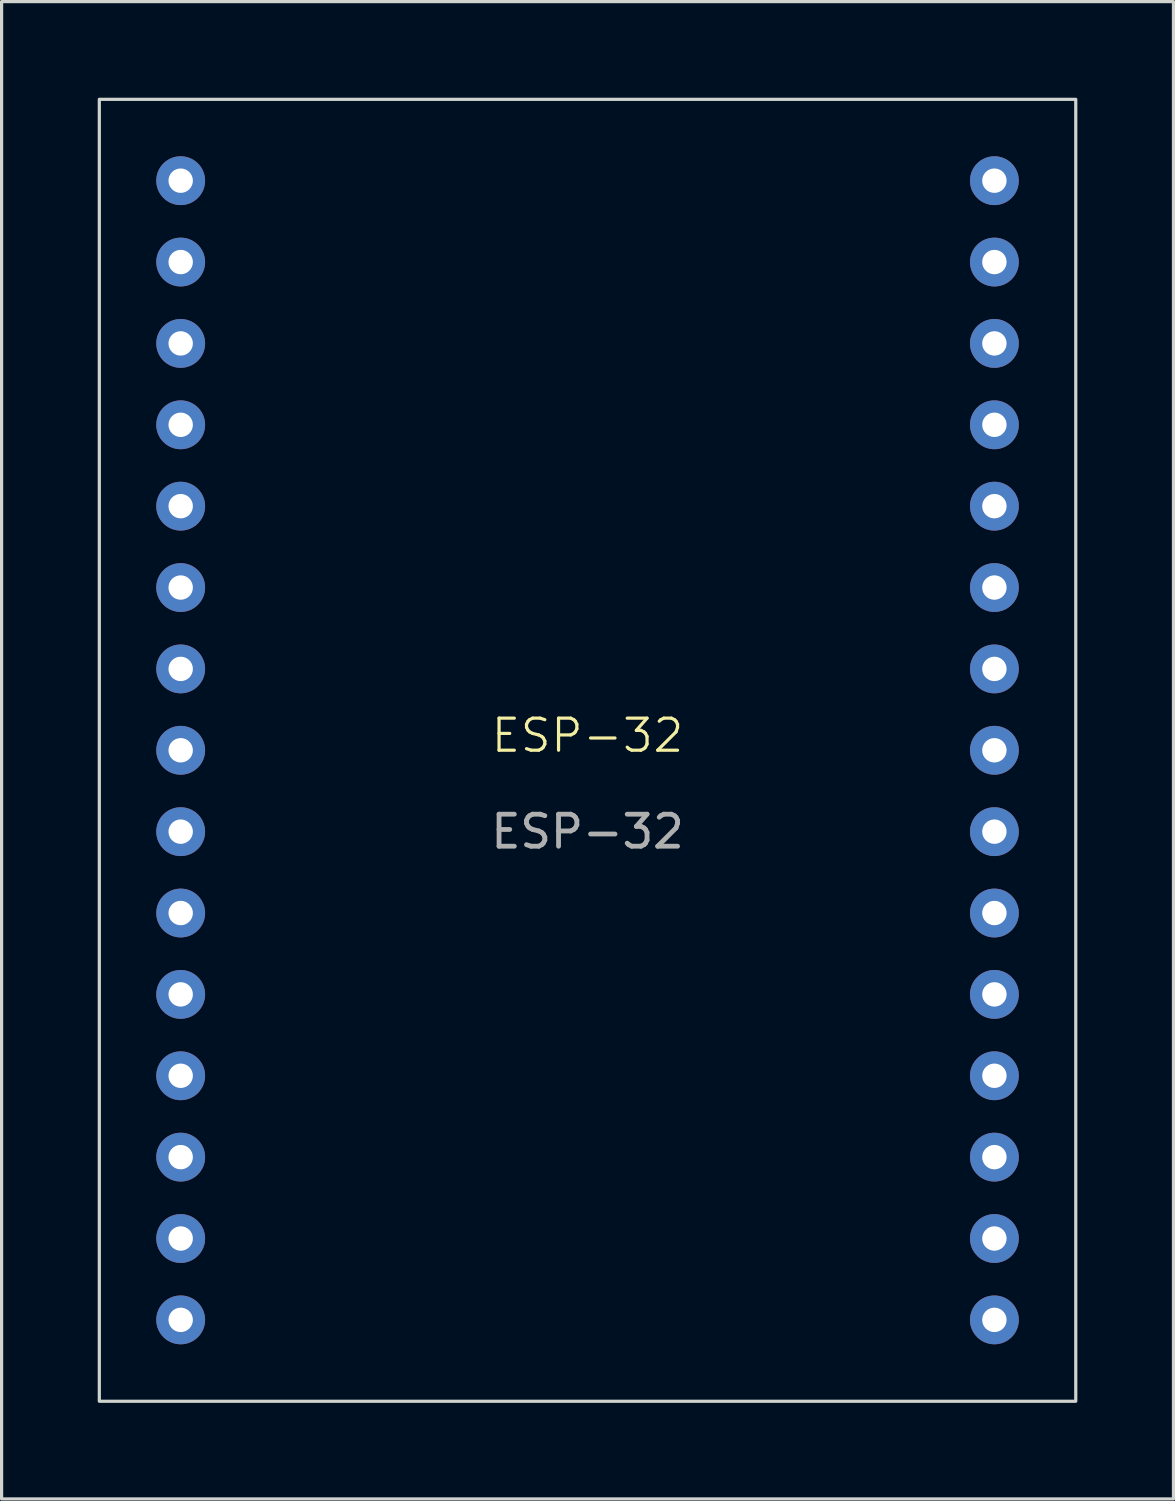
<source format=kicad_pcb>
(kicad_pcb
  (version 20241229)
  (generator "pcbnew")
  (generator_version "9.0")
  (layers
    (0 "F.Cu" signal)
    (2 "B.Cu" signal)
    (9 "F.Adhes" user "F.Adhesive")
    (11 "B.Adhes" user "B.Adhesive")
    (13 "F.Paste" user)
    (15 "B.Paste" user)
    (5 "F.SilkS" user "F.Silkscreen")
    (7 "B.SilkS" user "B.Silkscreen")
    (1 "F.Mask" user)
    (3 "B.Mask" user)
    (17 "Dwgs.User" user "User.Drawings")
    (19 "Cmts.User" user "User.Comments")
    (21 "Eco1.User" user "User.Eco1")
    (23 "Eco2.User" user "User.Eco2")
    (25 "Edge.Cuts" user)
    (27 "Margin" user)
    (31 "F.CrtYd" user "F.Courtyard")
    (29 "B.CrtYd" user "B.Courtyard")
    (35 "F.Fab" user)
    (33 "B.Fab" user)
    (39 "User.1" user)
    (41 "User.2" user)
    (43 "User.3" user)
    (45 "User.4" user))
  (footprint "ESP-32"
    (layer "F.Cu")
    (at 15.29 20.37)
    (property "Reference" "ESP-32" (at 0 -0.46 0) (unlocked yes) (layer "F.SilkS") (effects (font (size 1 1) (thickness 0.1))))
    (attr through_hole)
    (fp_rect (start -15.24 -20.32) (end 15.24 20.32) (stroke (width 0.1) (type default)) (fill no) (layer "Edge.Cuts"))
    (fp_text user "${REFERENCE}" (at 0 2.54 0) (unlocked yes) (layer "F.Fab") (effects (font (size 1 1) (thickness 0.15))))
    (pad "1" thru_hole circle (at -12.7 -17.78) (size 1.524 1.524) (drill 0.762) (layers "*.Cu" "*.Mask"))
    (pad "2" thru_hole circle (at -12.7 -15.24) (size 1.524 1.524) (drill 0.762) (layers "*.Cu" "*.Mask"))
    (pad "3" thru_hole circle (at -12.7 -12.7) (size 1.524 1.524) (drill 0.762) (layers "*.Cu" "*.Mask"))
    (pad "4" thru_hole circle (at -12.7 -10.16) (size 1.524 1.524) (drill 0.762) (layers "*.Cu" "*.Mask"))
    (pad "5" thru_hole circle (at -12.7 -7.62) (size 1.524 1.524) (drill 0.762) (layers "*.Cu" "*.Mask"))
    (pad "6" thru_hole circle (at -12.7 -5.08) (size 1.524 1.524) (drill 0.762) (layers "*.Cu" "*.Mask"))
    (pad "7" thru_hole circle (at -12.7 -2.54) (size 1.524 1.524) (drill 0.762) (layers "*.Cu" "*.Mask"))
    (pad "8" thru_hole circle (at -12.7 0) (size 1.524 1.524) (drill 0.762) (layers "*.Cu" "*.Mask"))
    (pad "9" thru_hole circle (at -12.7 2.54) (size 1.524 1.524) (drill 0.762) (layers "*.Cu" "*.Mask"))
    (pad "10" thru_hole circle (at -12.7 5.08) (size 1.524 1.524) (drill 0.762) (layers "*.Cu" "*.Mask"))
    (pad "11" thru_hole circle (at -12.7 7.62) (size 1.524 1.524) (drill 0.762) (layers "*.Cu" "*.Mask"))
    (pad "12" thru_hole circle (at -12.7 10.16) (size 1.524 1.524) (drill 0.762) (layers "*.Cu" "*.Mask"))
    (pad "13" thru_hole circle (at -12.7 12.7) (size 1.524 1.524) (drill 0.762) (layers "*.Cu" "*.Mask"))
    (pad "14" thru_hole circle (at -12.7 15.24) (size 1.524 1.524) (drill 0.762) (layers "*.Cu" "*.Mask"))
    (pad "15" thru_hole circle (at -12.7 17.78) (size 1.524 1.524) (drill 0.762) (layers "*.Cu" "*.Mask"))
    (pad "16" thru_hole circle (at 12.7 17.78) (size 1.524 1.524) (drill 0.762) (layers "*.Cu" "*.Mask"))
    (pad "17" thru_hole circle (at 12.7 15.24) (size 1.524 1.524) (drill 0.762) (layers "*.Cu" "*.Mask"))
    (pad "18" thru_hole circle (at 12.7 12.7) (size 1.524 1.524) (drill 0.762) (layers "*.Cu" "*.Mask"))
    (pad "19" thru_hole circle (at 12.7 10.16) (size 1.524 1.524) (drill 0.762) (layers "*.Cu" "*.Mask"))
    (pad "20" thru_hole circle (at 12.7 7.62) (size 1.524 1.524) (drill 0.762) (layers "*.Cu" "*.Mask"))
    (pad "21" thru_hole circle (at 12.7 5.08) (size 1.524 1.524) (drill 0.762) (layers "*.Cu" "*.Mask"))
    (pad "22" thru_hole circle (at 12.7 2.54) (size 1.524 1.524) (drill 0.762) (layers "*.Cu" "*.Mask"))
    (pad "23" thru_hole circle (at 12.7 0) (size 1.524 1.524) (drill 0.762) (layers "*.Cu" "*.Mask"))
    (pad "24" thru_hole circle (at 12.7 -2.54) (size 1.524 1.524) (drill 0.762) (layers "*.Cu" "*.Mask"))
    (pad "25" thru_hole circle (at 12.7 -5.08) (size 1.524 1.524) (drill 0.762) (layers "*.Cu" "*.Mask"))
    (pad "26" thru_hole circle (at 12.7 -7.62) (size 1.524 1.524) (drill 0.762) (layers "*.Cu" "*.Mask"))
    (pad "27" thru_hole circle (at 12.7 -10.16) (size 1.524 1.524) (drill 0.762) (layers "*.Cu" "*.Mask"))
    (pad "28" thru_hole circle (at 12.7 -12.7) (size 1.524 1.524) (drill 0.762) (layers "*.Cu" "*.Mask"))
    (pad "29" thru_hole circle (at 12.7 -15.24) (size 1.524 1.524) (drill 0.762) (layers "*.Cu" "*.Mask"))
    (pad "30" thru_hole circle (at 12.7 -17.78) (size 1.524 1.524) (drill 0.762) (layers "*.Cu" "*.Mask")))
  (gr_rect
    (start -3 -3)
    (end 33.58 43.74)
    (stroke (width 0.1) (type default))
    (fill no)
    (layer "Edge.Cuts")))
</source>
